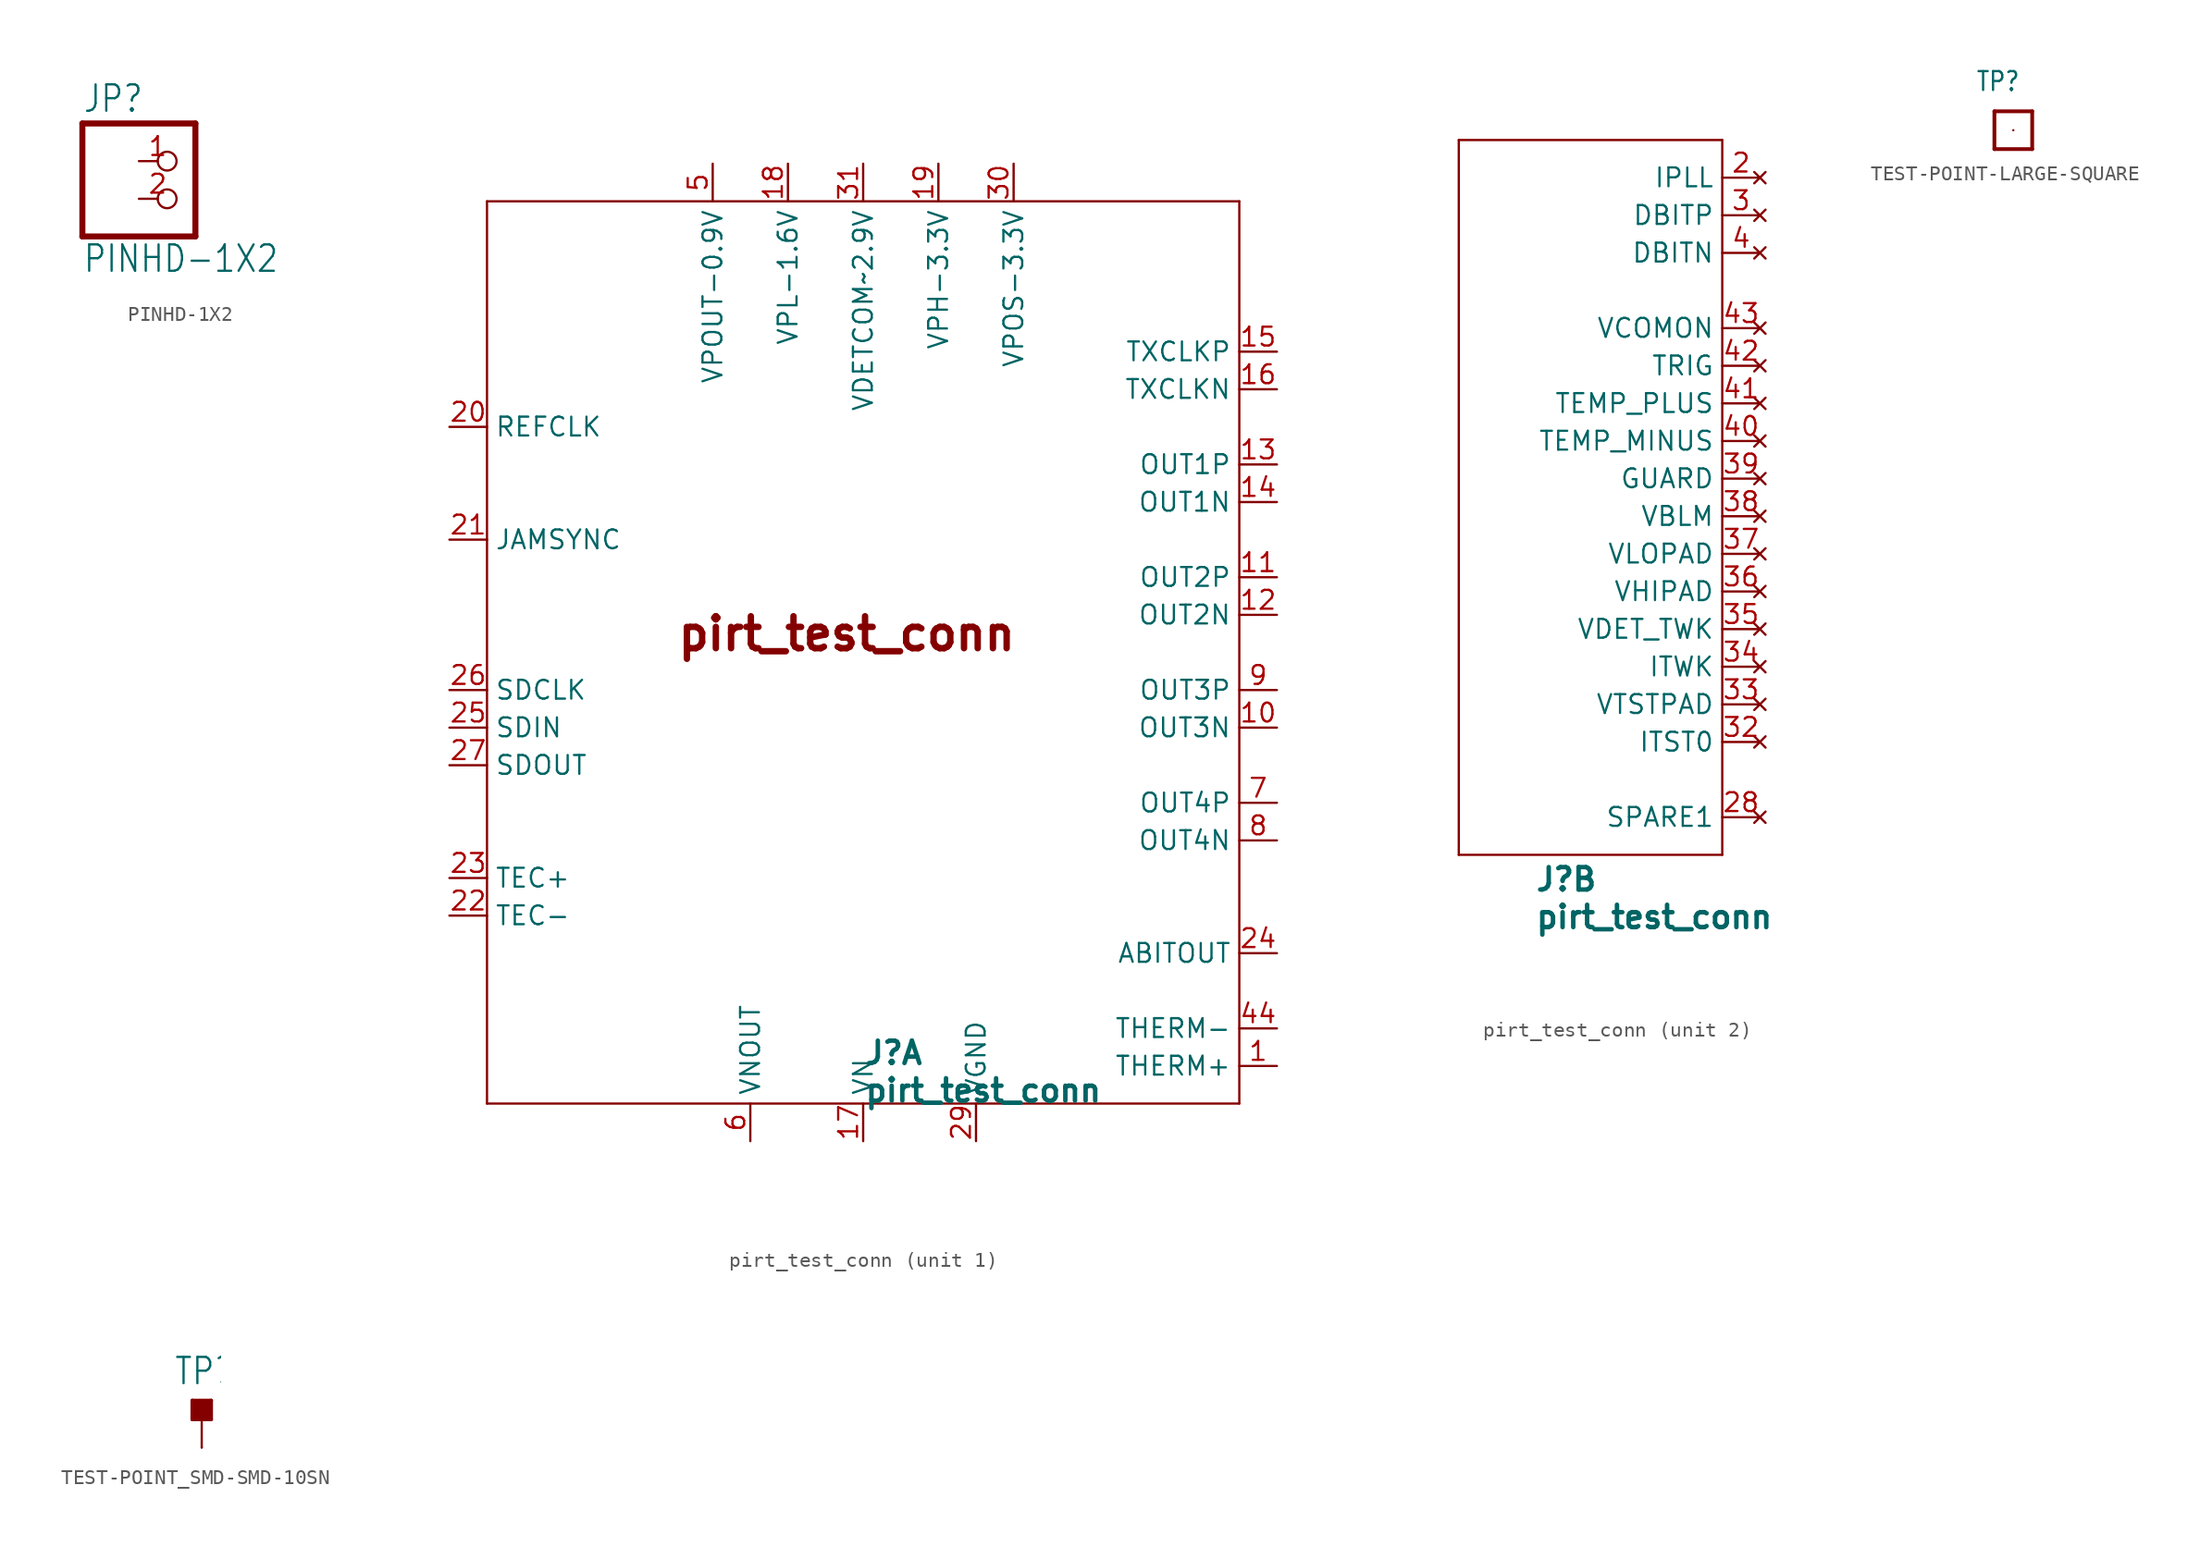
<source format=kicad_sym>
(kicad_symbol_lib
  (version 20201005)
  (generator kicad_symbol_editor)
  (symbol "pirt:PINHD-1X2"
    (property "Reference" "JP"
      (at -6.35 5.715 0)
      (effects (font (size 1.778 1.511)) (justify left bottom)))
    (property "Value" "PINHD-1X2"
      (at -6.35 -5.08 0)
      (effects (font (size 1.778 1.511)) (justify left bottom)))
    (property "ki_locked" ""
      (at 0 0 0)
      (effects (font (size 1.27 1.27))))
    (symbol "PINHD-1X2_1_0"
      (polyline (pts (xy -6.35 -2.54) (xy 1.27 -2.54)) (stroke (width 0.406)) (fill (type none)))
      (polyline (pts (xy -6.35 5.08) (xy -6.35 -2.54)) (stroke (width 0.406)) (fill (type none)))
      (polyline (pts (xy 1.27 -2.54) (xy 1.27 5.08)) (stroke (width 0.406)) (fill (type none)))
      (polyline (pts (xy 1.27 5.08) (xy -6.35 5.08)) (stroke (width 0.406)) (fill (type none)))
      (pin passive inverted (at -2.54 2.54 0) (length 2.54) (name "1" (effects (font (size 0 0)))) (number "1" (effects (font (size 1.27 1.27)))))
      (pin passive inverted (at -2.54 0 0) (length 2.54) (name "2" (effects (font (size 0 0)))) (number "2" (effects (font (size 1.27 1.27)))))))
  (symbol "pirt:pirt_test_conn"
    (property "Reference" "J"
      (at 0 -27.94 0)
      (effects (font (size 1.511 1.511) bold) (justify left bottom)))
    (property "Value" "pirt_test_conn"
      (at 0 -30.48 0)
      (effects (font (size 1.511 1.511) bold) (justify left bottom)))
    (property "ki_locked" ""
      (at 0 0 0)
      (effects (font (size 1.27 1.27))))
    (symbol "pirt_test_conn_1_0"
      (text "pirt_test_conn" (at -12.7 0 0) (effects (font (size 2.159 2.159) (thickness 0.432) bold) (justify left bottom)))
      (polyline (pts (xy -25.4 -30.48) (xy -25.4 30.48)) (stroke (width 0.152)) (fill (type none)))
      (polyline (pts (xy -25.4 30.48) (xy 25.4 30.48)) (stroke (width 0.152)) (fill (type none)))
      (polyline (pts (xy 25.4 -30.48) (xy -25.4 -30.48)) (stroke (width 0.152)) (fill (type none)))
      (polyline (pts (xy 25.4 30.48) (xy 25.4 -30.48)) (stroke (width 0.152)) (fill (type none)))
      (pin passive line (at 27.94 -27.94 180) (length 2.54) (name "THERM+" (effects (font (size 1.27 1.27)))) (number "1" (effects (font (size 1.27 1.27)))))
      (pin output line (at 27.94 -5.08 180) (length 2.54) (name "OUT3N" (effects (font (size 1.27 1.27)))) (number "10" (effects (font (size 1.27 1.27)))))
      (pin output line (at 27.94 5.08 180) (length 2.54) (name "OUT2P" (effects (font (size 1.27 1.27)))) (number "11" (effects (font (size 1.27 1.27)))))
      (pin output line (at 27.94 2.54 180) (length 2.54) (name "OUT2N" (effects (font (size 1.27 1.27)))) (number "12" (effects (font (size 1.27 1.27)))))
      (pin output line (at 27.94 12.7 180) (length 2.54) (name "OUT1P" (effects (font (size 1.27 1.27)))) (number "13" (effects (font (size 1.27 1.27)))))
      (pin output line (at 27.94 10.16 180) (length 2.54) (name "OUT1N" (effects (font (size 1.27 1.27)))) (number "14" (effects (font (size 1.27 1.27)))))
      (pin output line (at 27.94 20.32 180) (length 2.54) (name "TXCLKP" (effects (font (size 1.27 1.27)))) (number "15" (effects (font (size 1.27 1.27)))))
      (pin output line (at 27.94 17.78 180) (length 2.54) (name "TXCLKN" (effects (font (size 1.27 1.27)))) (number "16" (effects (font (size 1.27 1.27)))))
      (pin power_in line (at 0 -33.02 90) (length 2.54) (name "VN" (effects (font (size 1.27 1.27)))) (number "17" (effects (font (size 1.27 1.27)))))
      (pin power_in line (at -5.08 33.02 270) (length 2.54) (name "VPL-1.6V" (effects (font (size 1.27 1.27)))) (number "18" (effects (font (size 1.27 1.27)))))
      (pin power_in line (at 5.08 33.02 270) (length 2.54) (name "VPH-3.3V" (effects (font (size 1.27 1.27)))) (number "19" (effects (font (size 1.27 1.27)))))
      (pin input line (at -27.94 15.24 0) (length 2.54) (name "REFCLK" (effects (font (size 1.27 1.27)))) (number "20" (effects (font (size 1.27 1.27)))))
      (pin input line (at -27.94 7.62 0) (length 2.54) (name "JAMSYNC" (effects (font (size 1.27 1.27)))) (number "21" (effects (font (size 1.27 1.27)))))
      (pin passive line (at -27.94 -17.78 0) (length 2.54) (name "TEC-" (effects (font (size 1.27 1.27)))) (number "22" (effects (font (size 1.27 1.27)))))
      (pin passive line (at -27.94 -15.24 0) (length 2.54) (name "TEC+" (effects (font (size 1.27 1.27)))) (number "23" (effects (font (size 1.27 1.27)))))
      (pin output line (at 27.94 -20.32 180) (length 2.54) (name "ABITOUT" (effects (font (size 1.27 1.27)))) (number "24" (effects (font (size 1.27 1.27)))))
      (pin input line (at -27.94 -5.08 0) (length 2.54) (name "SDIN" (effects (font (size 1.27 1.27)))) (number "25" (effects (font (size 1.27 1.27)))))
      (pin input line (at -27.94 -2.54 0) (length 2.54) (name "SDCLK" (effects (font (size 1.27 1.27)))) (number "26" (effects (font (size 1.27 1.27)))))
      (pin output line (at -27.94 -7.62 0) (length 2.54) (name "SDOUT" (effects (font (size 1.27 1.27)))) (number "27" (effects (font (size 1.27 1.27)))))
      (pin power_in line (at 7.62 -33.02 90) (length 2.54) (name "VGND" (effects (font (size 1.27 1.27)))) (number "29" (effects (font (size 1.27 1.27)))))
      (pin power_in line (at 10.16 33.02 270) (length 2.54) (name "VPOS-3.3V" (effects (font (size 1.27 1.27)))) (number "30" (effects (font (size 1.27 1.27)))))
      (pin power_in line (at 0 33.02 270) (length 2.54) (name "VDETCOM~~2.9V" (effects (font (size 1.27 1.27)))) (number "31" (effects (font (size 1.27 1.27)))))
      (pin passive line (at 27.94 -25.4 180) (length 2.54) (name "THERM-" (effects (font (size 1.27 1.27)))) (number "44" (effects (font (size 1.27 1.27)))))
      (pin power_in line (at -10.16 33.02 270) (length 2.54) (name "VPOUT-0.9V" (effects (font (size 1.27 1.27)))) (number "5" (effects (font (size 1.27 1.27)))))
      (pin power_in line (at -7.62 -33.02 90) (length 2.54) (name "VNOUT" (effects (font (size 1.27 1.27)))) (number "6" (effects (font (size 1.27 1.27)))))
      (pin output line (at 27.94 -10.16 180) (length 2.54) (name "OUT4P" (effects (font (size 1.27 1.27)))) (number "7" (effects (font (size 1.27 1.27)))))
      (pin output line (at 27.94 -12.7 180) (length 2.54) (name "OUT4N" (effects (font (size 1.27 1.27)))) (number "8" (effects (font (size 1.27 1.27)))))
      (pin output line (at 27.94 -2.54 180) (length 2.54) (name "OUT3P" (effects (font (size 1.27 1.27)))) (number "9" (effects (font (size 1.27 1.27))))))
    (symbol "pirt_test_conn_2_0"
      (polyline (pts (xy -5.08 -25.4) (xy -5.08 22.86)) (stroke (width 0.152)) (fill (type none)))
      (polyline (pts (xy -5.08 22.86) (xy 12.7 22.86)) (stroke (width 0.152)) (fill (type none)))
      (polyline (pts (xy 12.7 -25.4) (xy -5.08 -25.4)) (stroke (width 0.152)) (fill (type none)))
      (polyline (pts (xy 12.7 22.86) (xy 12.7 -25.4)) (stroke (width 0.152)) (fill (type none)))
      (pin no_connect line (at 15.24 20.32 180) (length 2.54) (name "IPLL" (effects (font (size 1.27 1.27)))) (number "2" (effects (font (size 1.27 1.27)))))
      (pin no_connect line (at 15.24 -22.86 180) (length 2.54) (name "SPARE1" (effects (font (size 1.27 1.27)))) (number "28" (effects (font (size 1.27 1.27)))))
      (pin no_connect line (at 15.24 17.78 180) (length 2.54) (name "DBITP" (effects (font (size 1.27 1.27)))) (number "3" (effects (font (size 1.27 1.27)))))
      (pin no_connect line (at 15.24 -17.78 180) (length 2.54) (name "ITST0" (effects (font (size 1.27 1.27)))) (number "32" (effects (font (size 1.27 1.27)))))
      (pin no_connect line (at 15.24 -15.24 180) (length 2.54) (name "VTSTPAD" (effects (font (size 1.27 1.27)))) (number "33" (effects (font (size 1.27 1.27)))))
      (pin no_connect line (at 15.24 -12.7 180) (length 2.54) (name "ITWK" (effects (font (size 1.27 1.27)))) (number "34" (effects (font (size 1.27 1.27)))))
      (pin no_connect line (at 15.24 -10.16 180) (length 2.54) (name "VDET_TWK" (effects (font (size 1.27 1.27)))) (number "35" (effects (font (size 1.27 1.27)))))
      (pin no_connect line (at 15.24 -7.62 180) (length 2.54) (name "VHIPAD" (effects (font (size 1.27 1.27)))) (number "36" (effects (font (size 1.27 1.27)))))
      (pin no_connect line (at 15.24 -5.08 180) (length 2.54) (name "VLOPAD" (effects (font (size 1.27 1.27)))) (number "37" (effects (font (size 1.27 1.27)))))
      (pin no_connect line (at 15.24 -2.54 180) (length 2.54) (name "VBLM" (effects (font (size 1.27 1.27)))) (number "38" (effects (font (size 1.27 1.27)))))
      (pin no_connect line (at 15.24 0 180) (length 2.54) (name "GUARD" (effects (font (size 1.27 1.27)))) (number "39" (effects (font (size 1.27 1.27)))))
      (pin no_connect line (at 15.24 15.24 180) (length 2.54) (name "DBITN" (effects (font (size 1.27 1.27)))) (number "4" (effects (font (size 1.27 1.27)))))
      (pin no_connect line (at 15.24 2.54 180) (length 2.54) (name "TEMP_MINUS" (effects (font (size 1.27 1.27)))) (number "40" (effects (font (size 1.27 1.27)))))
      (pin no_connect line (at 15.24 5.08 180) (length 2.54) (name "TEMP_PLUS" (effects (font (size 1.27 1.27)))) (number "41" (effects (font (size 1.27 1.27)))))
      (pin no_connect line (at 15.24 7.62 180) (length 2.54) (name "TRIG" (effects (font (size 1.27 1.27)))) (number "42" (effects (font (size 1.27 1.27)))))
      (pin no_connect line (at 15.24 10.16 180) (length 2.54) (name "VCOMON" (effects (font (size 1.27 1.27)))) (number "43" (effects (font (size 1.27 1.27)))))))
  (symbol "pirt:TEST-POINT-LARGE-SQUARE"
    (property "Reference" "TP"
      (at -2.54 2.54 0)
      (effects (font (size 1.27 1.079)) (justify left bottom)))
    (property "ki_locked" ""
      (at 0 0 0)
      (effects (font (size 1.27 1.27))))
    (symbol "TEST-POINT-LARGE-SQUARE_1_0"
      (polyline (pts (xy -1.27 -1.27) (xy -1.27 1.27)) (stroke (width 0.254)) (fill (type none)))
      (polyline (pts (xy -1.27 1.27) (xy 1.27 1.27)) (stroke (width 0.254)) (fill (type none)))
      (polyline (pts (xy 1.27 -1.27) (xy -1.27 -1.27)) (stroke (width 0.254)) (fill (type none)))
      (polyline (pts (xy 1.27 1.27) (xy 1.27 -1.27)) (stroke (width 0.254)) (fill (type none)))
      (pin passive line (at 0 0 0) (length 0) (name "1" (effects (font (size 0 0)))) (number "1" (effects (font (size 0 0)))))))
  (symbol "pirt:TEST-POINT_SMD-SMD-10SN"
    (property "Reference" "TP"
      (at -1.905 1.587 0)
      (effects (font (size 1.778 1.511)) (justify left bottom)))
    (property "ki_locked" ""
      (at 0 0 0)
      (effects (font (size 1.27 1.27))))
    (symbol "TEST-POINT_SMD-SMD-10SN_1_0"
      (rectangle (start -0.635 -0.635) (end 0.635 0.635) (stroke (width 0)) (fill (type outline)))
      (polyline (pts (xy -0.635 -0.635) (xy -0.635 0.635)) (stroke (width 0.254)) (fill (type none)))
      (polyline (pts (xy -0.635 0.635) (xy 0.635 0.635)) (stroke (width 0.254)) (fill (type none)))
      (polyline (pts (xy 0 -0.635) (xy -0.635 -0.635)) (stroke (width 0.254)) (fill (type none)))
      (polyline (pts (xy 0 -0.635) (xy 0 -2.54)) (stroke (width 0.152)) (fill (type none)))
      (polyline (pts (xy 0.635 -0.635) (xy 0 -0.635)) (stroke (width 0.254)) (fill (type none)))
      (polyline (pts (xy 0.635 0.635) (xy 0.635 -0.635)) (stroke (width 0.254)) (fill (type none)))
      (pin passive line (at 0 -2.54 90) (length 0) (name "TP" (effects (font (size 0 0)))) (number "TP" (effects (font (size 0 0))))))))
</source>
